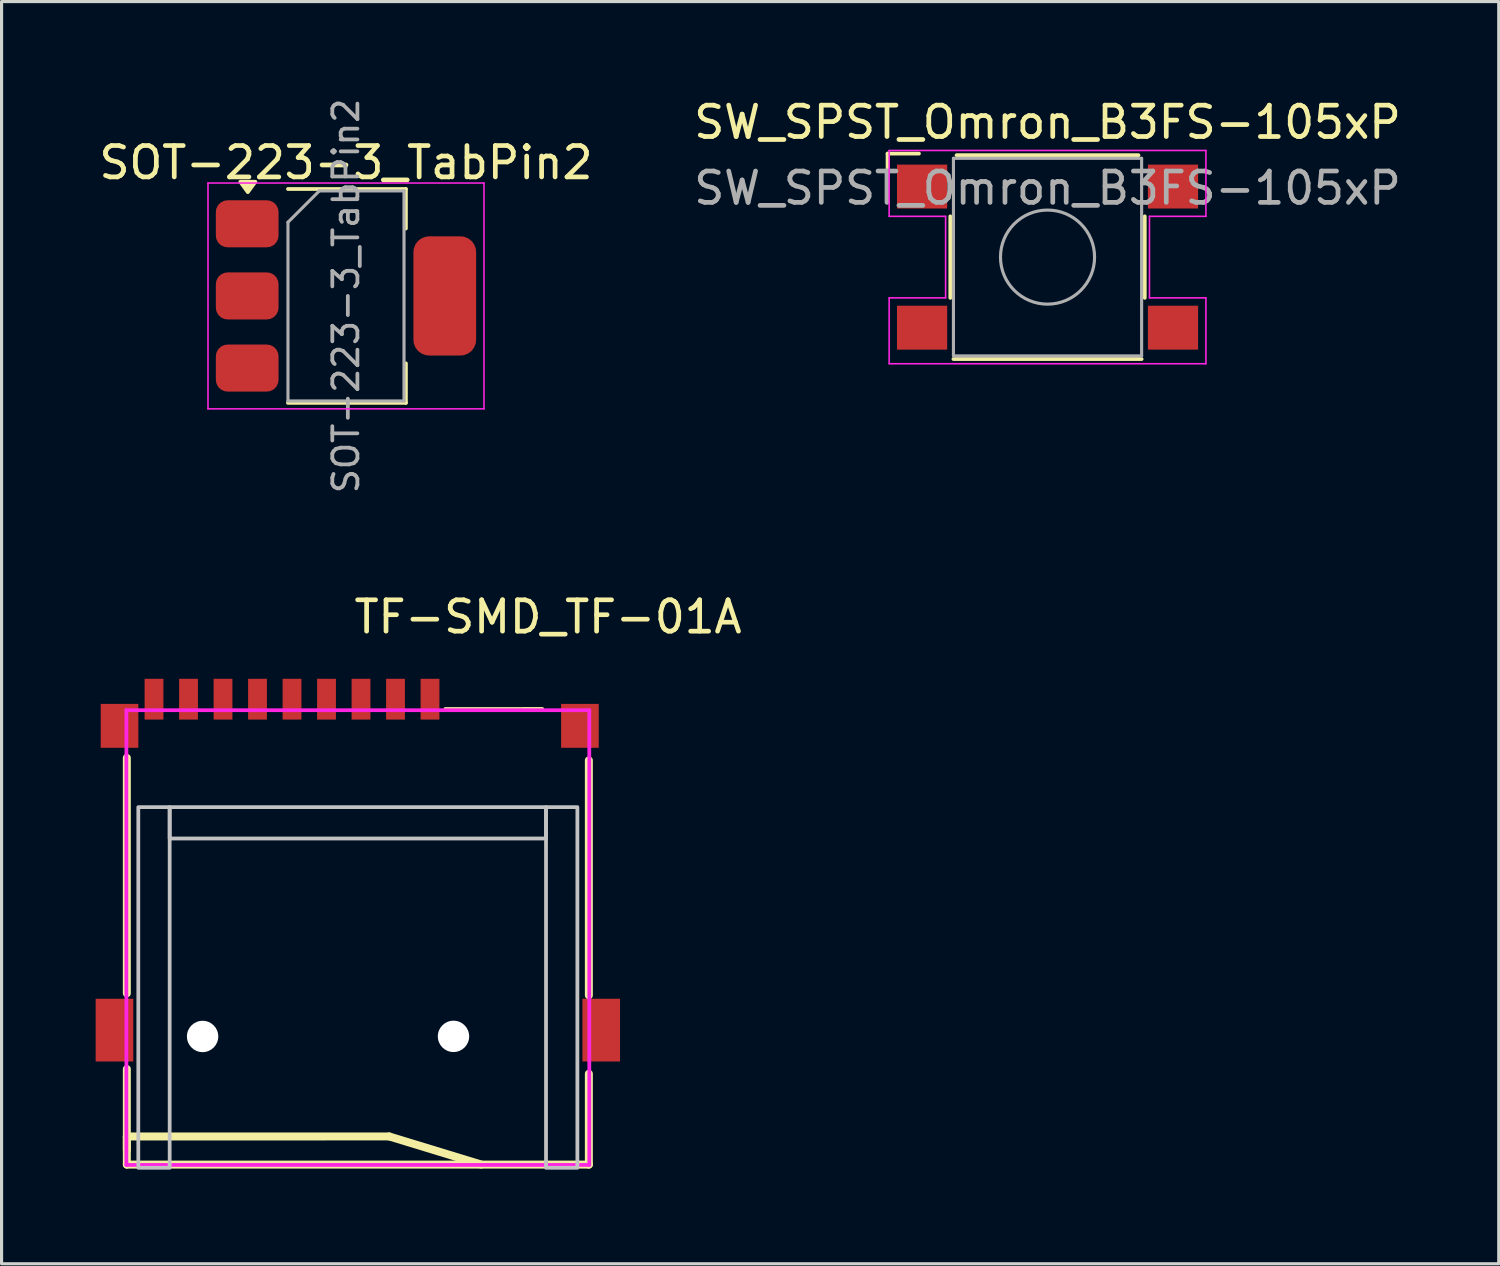
<source format=kicad_pcb>
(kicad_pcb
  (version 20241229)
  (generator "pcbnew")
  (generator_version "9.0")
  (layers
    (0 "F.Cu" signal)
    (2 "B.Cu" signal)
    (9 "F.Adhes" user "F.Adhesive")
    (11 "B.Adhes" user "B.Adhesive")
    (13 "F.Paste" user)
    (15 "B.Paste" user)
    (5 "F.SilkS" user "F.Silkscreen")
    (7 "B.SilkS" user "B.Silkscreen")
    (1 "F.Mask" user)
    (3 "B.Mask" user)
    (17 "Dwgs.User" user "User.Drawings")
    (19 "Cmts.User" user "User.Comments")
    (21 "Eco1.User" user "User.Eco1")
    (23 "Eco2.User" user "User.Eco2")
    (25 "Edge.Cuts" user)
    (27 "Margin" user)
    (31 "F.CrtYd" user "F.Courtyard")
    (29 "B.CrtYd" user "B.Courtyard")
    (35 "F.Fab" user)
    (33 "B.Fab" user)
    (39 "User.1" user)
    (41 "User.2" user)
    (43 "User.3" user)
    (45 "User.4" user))
  (footprint "SW_SPST_Omron_B3FS-105xP"
    (layer "F.Cu")
    (at 30.351 5.148)
    (property "Reference" "SW_SPST_Omron_B3FS-105xP" (at 0 -4.3 0) (layer "F.SilkS") (effects (font (size 1 1) (thickness 0.15))))
    (attr smd)
    (fp_line (start -5.1 -3.3) (end -4.1 -3.3) (stroke (width 0.12) (type solid)) (layer "F.SilkS"))
    (fp_line (start -5.1 -2.3) (end -5.1 -3.3) (stroke (width 0.12) (type solid)) (layer "F.SilkS"))
    (fp_line (start -3.1 -1.3) (end -3.1 1.3) (stroke (width 0.12) (type solid)) (layer "F.SilkS"))
    (fp_line (start 2.9 -3.25) (end -2.9 -3.25) (stroke (width 0.12) (type solid)) (layer "F.SilkS"))
    (fp_line (start 3 3.25) (end -3 3.25) (stroke (width 0.12) (type solid)) (layer "F.SilkS"))
    (fp_line (start 3.1 -1.3) (end 3.1 1.3) (stroke (width 0.12) (type solid)) (layer "F.SilkS"))
    (fp_line (start -5.05 -3.4) (end 5.05 -3.4) (stroke (width 0.05) (type solid)) (layer "F.CrtYd"))
    (fp_line (start -5.05 -1.3) (end -5.05 -3.4) (stroke (width 0.05) (type solid)) (layer "F.CrtYd"))
    (fp_line (start -5.05 1.3) (end -3.25 1.3) (stroke (width 0.05) (type solid)) (layer "F.CrtYd"))
    (fp_line (start -5.05 3.4) (end -5.05 1.3) (stroke (width 0.05) (type solid)) (layer "F.CrtYd"))
    (fp_line (start -3.25 -1.3) (end -5.05 -1.3) (stroke (width 0.05) (type solid)) (layer "F.CrtYd"))
    (fp_line (start -3.25 1.3) (end -3.25 -1.3) (stroke (width 0.05) (type solid)) (layer "F.CrtYd"))
    (fp_line (start 3.25 -1.3) (end 3.25 1.3) (stroke (width 0.05) (type solid)) (layer "F.CrtYd"))
    (fp_line (start 3.25 1.3) (end 5.05 1.3) (stroke (width 0.05) (type solid)) (layer "F.CrtYd"))
    (fp_line (start 5.05 -3.4) (end 5.05 -1.3) (stroke (width 0.05) (type solid)) (layer "F.CrtYd"))
    (fp_line (start 5.05 -1.3) (end 3.25 -1.3) (stroke (width 0.05) (type solid)) (layer "F.CrtYd"))
    (fp_line (start 5.05 1.3) (end 5.05 3.4) (stroke (width 0.05) (type solid)) (layer "F.CrtYd"))
    (fp_line (start 5.05 3.4) (end -5.05 3.4) (stroke (width 0.05) (type solid)) (layer "F.CrtYd"))
    (fp_line (start -3 -3.15) (end 3 -3.15) (stroke (width 0.1) (type solid)) (layer "F.Fab"))
    (fp_line (start -3 3.15) (end -3 -3.15) (stroke (width 0.1) (type solid)) (layer "F.Fab"))
    (fp_line (start 3 -3.15) (end 3 3.15) (stroke (width 0.1) (type solid)) (layer "F.Fab"))
    (fp_line (start 3 3.15) (end -3 3.15) (stroke (width 0.1) (type solid)) (layer "F.Fab"))
    (fp_circle (center 0 0) (end 1.5 0) (stroke (width 0.1) (type solid)) (fill no) (layer "F.Fab"))
    (fp_text user "${REFERENCE}" (at 0 -2.2 0) (layer "F.Fab") (effects (font (size 1 1) (thickness 0.15))))
    (pad "1" smd rect (at -4 -2.25 180) (size 1.6 1.4) (layers "F.Cu" "F.Mask" "F.Paste"))
    (pad "1" smd rect (at 4 -2.25 180) (size 1.6 1.4) (layers "F.Cu" "F.Mask" "F.Paste"))
    (pad "2" smd rect (at -4 2.25 180) (size 1.6 1.4) (layers "F.Cu" "F.Mask" "F.Paste"))
    (pad "2" smd rect (at 4 2.25 180) (size 1.6 1.4) (layers "F.Cu" "F.Mask" "F.Paste")))
  (footprint "SOT-223-3_TabPin2"
    (layer "F.Cu")
    (at 7.982 6.386)
    (property "Reference" "SOT-223-3_TabPin2" (at 0 -4.25 0) (layer "F.SilkS") (effects (font (size 1 1) (thickness 0.15))))
    (attr smd)
    (fp_line (start -1.85 -3.41) (end 1.91 -3.41) (stroke (width 0.12) (type solid)) (layer "F.SilkS"))
    (fp_line (start -1.85 3.41) (end 1.91 3.41) (stroke (width 0.12) (type solid)) (layer "F.SilkS"))
    (fp_line (start 1.91 -3.41) (end 1.91 -2.15) (stroke (width 0.12) (type solid)) (layer "F.SilkS"))
    (fp_line (start 1.91 3.41) (end 1.91 2.15) (stroke (width 0.12) (type solid)) (layer "F.SilkS"))
    (fp_poly (pts (xy -3.13 -3.31) (xy -3.37 -3.64) (xy -2.89 -3.64) (xy -3.13 -3.31)) (stroke (width 0.12) (type solid)) (fill yes) (layer "F.SilkS"))
    (fp_line (start -4.4 -3.6) (end -4.4 3.6) (stroke (width 0.05) (type solid)) (layer "F.CrtYd"))
    (fp_line (start -4.4 3.6) (end 4.4 3.6) (stroke (width 0.05) (type solid)) (layer "F.CrtYd"))
    (fp_line (start 4.4 -3.6) (end -4.4 -3.6) (stroke (width 0.05) (type solid)) (layer "F.CrtYd"))
    (fp_line (start 4.4 3.6) (end 4.4 -3.6) (stroke (width 0.05) (type solid)) (layer "F.CrtYd"))
    (fp_line (start -1.85 -2.35) (end -1.85 3.35) (stroke (width 0.1) (type solid)) (layer "F.Fab"))
    (fp_line (start -1.85 -2.35) (end -0.85 -3.35) (stroke (width 0.1) (type solid)) (layer "F.Fab"))
    (fp_line (start -1.85 3.35) (end 1.85 3.35) (stroke (width 0.1) (type solid)) (layer "F.Fab"))
    (fp_line (start -0.85 -3.35) (end 1.85 -3.35) (stroke (width 0.1) (type solid)) (layer "F.Fab"))
    (fp_line (start 1.85 -3.35) (end 1.85 3.35) (stroke (width 0.1) (type solid)) (layer "F.Fab"))
    (fp_text user "${REFERENCE}" (at 0 0 90) (layer "F.Fab") (effects (font (size 0.8 0.8) (thickness 0.12))))
    (pad "1" smd roundrect (at -3.15 -2.3) (size 2 1.5) (layers "F.Cu" "F.Mask" "F.Paste") (roundrect_rratio 0.25))
    (pad "2" smd roundrect (at -3.15 0) (size 2 1.5) (layers "F.Cu" "F.Mask" "F.Paste") (roundrect_rratio 0.25))
    (pad "2" smd roundrect (at 3.15 0) (size 2 3.8) (layers "F.Cu" "F.Mask" "F.Paste") (roundrect_rratio 0.25))
    (pad "3" smd roundrect (at -3.15 2.3) (size 2 1.5) (layers "F.Cu" "F.Mask" "F.Paste") (roundrect_rratio 0.25)))
  (footprint "TF-SMD_TF-01A"
    (layer "F.Cu")
    (at 8.36 24.52)
    (property "Reference" "TF-SMD_TF-01A" (at -0.2 -7.9 180) (layer "F.SilkS") (effects (font (size 1 1) (thickness 0.15)) (justify left)))
    (attr through_hole)
    (fp_line (start -7.366 -3.406) (end -7.366 4.103) (stroke (width 0.254) (type solid)) (layer "F.SilkS"))
    (fp_line (start -7.366 6.516) (end -7.366 9.564) (stroke (width 0.254) (type solid)) (layer "F.SilkS"))
    (fp_line (start -7.366 8.667) (end 1 8.666) (stroke (width 0.254) (type solid)) (layer "F.SilkS"))
    (fp_line (start -7.366 9.091) (end -7.366 8.667) (stroke (width 0.254) (type solid)) (layer "F.SilkS"))
    (fp_line (start -7.366 9.564) (end 7.366 9.564) (stroke (width 0.254) (type solid)) (layer "F.SilkS"))
    (fp_line (start 1 8.666) (end 3.937 9.563) (stroke (width 0.254) (type solid)) (layer "F.SilkS"))
    (fp_line (start 2.786 -4.972) (end 5.885 -4.973) (stroke (width 0.102) (type solid)) (layer "F.SilkS"))
    (fp_line (start 7.366 4.167) (end 7.366 -3.326) (stroke (width 0.254) (type solid)) (layer "F.SilkS"))
    (fp_line (start 7.366 9.564) (end 7.366 6.666) (stroke (width 0.254) (type solid)) (layer "F.SilkS"))
    (fp_circle (center -4.95 5.478) (end -4.75 5.478) (stroke (width 0.4) (type solid)) (fill no) (layer "Dwgs.User"))
    (fp_circle (center 3.05 5.475) (end 3.25 5.475) (stroke (width 0.4) (type solid)) (fill no) (layer "Dwgs.User"))
    (fp_poly (pts (xy -6 -1.834) (xy 6 -1.834) (xy 6 -0.834) (xy -6 -0.834)) (stroke (width 0.12) (type solid)) (fill no) (layer "Dwgs.User"))
    (fp_poly (pts (xy 7 9.666) (xy 7 -1.834) (xy 6 -1.834) (xy 6 9.666)) (stroke (width 0.12) (type solid)) (fill no) (layer "Dwgs.User"))
    (fp_poly (pts (xy -7 9.666) (xy -7 -1.834) (xy -6 -1.834) (xy -6 9.666) (xy -7 9.666)) (stroke (width 0.12) (type solid)) (fill no) (layer "Dwgs.User"))
    (fp_line (start -3.386 -4.984) (end -3.016 -4.984) (stroke (width 0.12) (type solid)) (layer "Eco2.User"))
    (fp_line (start -3.386 -4.914) (end -3.386 -4.984) (stroke (width 0.12) (type solid)) (layer "Eco2.User"))
    (fp_line (start -3.016 -4.984) (end -3.016 -4.914) (stroke (width 0.12) (type solid)) (layer "Eco2.User"))
    (fp_line (start -3.016 -4.914) (end -3.386 -4.914) (stroke (width 0.12) (type solid)) (layer "Eco2.User"))
    (fp_line (start -2.288 -4.984) (end -1.918 -4.984) (stroke (width 0.12) (type solid)) (layer "Eco2.User"))
    (fp_line (start -2.288 -4.914) (end -2.288 -4.984) (stroke (width 0.12) (type solid)) (layer "Eco2.User"))
    (fp_line (start -1.918 -4.984) (end -1.918 -4.914) (stroke (width 0.12) (type solid)) (layer "Eco2.User"))
    (fp_line (start -1.918 -4.914) (end -2.288 -4.914) (stroke (width 0.12) (type solid)) (layer "Eco2.User"))
    (fp_circle (center 8.05 -5.474) (end 8.08 -5.474) (stroke (width 0.06) (type solid)) (fill no) (layer "Eco2.User"))
    (fp_poly (pts (xy -8.05 4.476) (xy -7.35 4.476) (xy -7.35 6.076) (xy -8.05 6.076)) (stroke (width 0.12) (type solid)) (fill no) (layer "Eco2.User"))
    (fp_poly (pts (xy -7.95 -3.926) (xy -7.95 -4.926) (xy -7.25 -4.926) (xy -7.25 -3.926)) (stroke (width 0.12) (type solid)) (fill no) (layer "Eco2.User"))
    (fp_poly (pts (xy -6.684 -4.924) (xy -6.684 -5.474) (xy -6.314 -5.474) (xy -6.314 -4.924)) (stroke (width 0.12) (type solid)) (fill no) (layer "Eco2.User"))
    (fp_poly (pts (xy -5.58 -4.924) (xy -5.58 -5.474) (xy -5.21 -5.474) (xy -5.21 -4.924)) (stroke (width 0.12) (type solid)) (fill no) (layer "Eco2.User"))
    (fp_poly (pts (xy -4.482 -4.924) (xy -4.482 -5.474) (xy -4.112 -5.474) (xy -4.112 -4.924)) (stroke (width 0.12) (type solid)) (fill no) (layer "Eco2.User"))
    (fp_poly (pts (xy -3.386 -4.924) (xy -3.386 -5.474) (xy -3.016 -5.474) (xy -3.016 -4.924)) (stroke (width 0.12) (type solid)) (fill no) (layer "Eco2.User"))
    (fp_poly (pts (xy -2.288 -4.924) (xy -2.288 -5.474) (xy -1.918 -5.474) (xy -1.918 -4.924)) (stroke (width 0.12) (type solid)) (fill no) (layer "Eco2.User"))
    (fp_poly (pts (xy -1.189 -4.924) (xy -1.189 -5.474) (xy -0.819 -5.474) (xy -0.819 -4.924)) (stroke (width 0.12) (type solid)) (fill no) (layer "Eco2.User"))
    (fp_poly (pts (xy -0.089 -4.924) (xy -0.089 -5.474) (xy 0.28 -5.474) (xy 0.28 -4.924)) (stroke (width 0.12) (type solid)) (fill no) (layer "Eco2.User"))
    (fp_poly (pts (xy 1.007 -4.924) (xy 1.007 -5.474) (xy 1.377 -5.474) (xy 1.377 -4.924)) (stroke (width 0.12) (type solid)) (fill no) (layer "Eco2.User"))
    (fp_poly (pts (xy 2.107 -4.924) (xy 2.107 -5.474) (xy 2.477 -5.474) (xy 2.477 -4.924)) (stroke (width 0.12) (type solid)) (fill no) (layer "Eco2.User"))
    (fp_poly (pts (xy 6.66 -4.926) (xy 7.31 -4.926) (xy 7.31 -3.926) (xy 6.66 -3.926)) (stroke (width 0.12) (type solid)) (fill no) (layer "Eco2.User"))
    (fp_poly (pts (xy 7.35 6.076) (xy 7.35 4.476) (xy 8.05 4.476) (xy 8.05 6.076)) (stroke (width 0.12) (type solid)) (fill no) (layer "Eco2.User"))
    (fp_line (start -7.38 -4.925) (end 7.38 -4.925) (stroke (width 0.12) (type solid)) (layer "F.CrtYd"))
    (fp_line (start -7.38 9.575) (end -7.38 -4.925) (stroke (width 0.12) (type solid)) (layer "F.CrtYd"))
    (fp_line (start 7.38 -4.925) (end 7.38 9.575) (stroke (width 0.12) (type solid)) (layer "F.CrtYd"))
    (fp_line (start 7.38 9.575) (end -7.38 9.575) (stroke (width 0.12) (type solid)) (layer "F.CrtYd"))
    (pad "" np_thru_hole circle (at -4.95 5.478) (size 1 1) (drill 1) (layers "*.Cu" "*.Mask"))
    (pad "" np_thru_hole circle (at 3.05 5.475) (size 1 1) (drill 1) (layers "*.Cu" "*.Mask"))
    (pad "1" smd rect (at 2.301 -5.276) (size 0.6 1.3) (layers "F.Cu" "F.Mask" "F.Paste"))
    (pad "2" smd rect (at 1.201 -5.276) (size 0.6 1.3) (layers "F.Cu" "F.Mask" "F.Paste"))
    (pad "3" smd rect (at 0.101 -5.276) (size 0.6 1.3) (layers "F.Cu" "F.Mask" "F.Paste"))
    (pad "4" smd rect (at -0.999 -5.276) (size 0.6 1.3) (layers "F.Cu" "F.Mask" "F.Paste"))
    (pad "5" smd rect (at -2.099 -5.276) (size 0.6 1.3) (layers "F.Cu" "F.Mask" "F.Paste"))
    (pad "6" smd rect (at -3.199 -5.276) (size 0.6 1.3) (layers "F.Cu" "F.Mask" "F.Paste"))
    (pad "7" smd rect (at -4.299 -5.276) (size 0.6 1.3) (layers "F.Cu" "F.Mask" "F.Paste"))
    (pad "8" smd rect (at -5.399 -5.276) (size 0.6 1.3) (layers "F.Cu" "F.Mask" "F.Paste"))
    (pad "9" smd rect (at -6.499 -5.276) (size 0.6 1.3) (layers "F.Cu" "F.Mask" "F.Paste"))
    (pad "10" smd rect (at -7.599 -4.426) (size 1.2 1.4) (layers "F.Cu" "F.Mask" "F.Paste"))
    (pad "11" smd rect (at -7.76 5.276) (size 1.2 2) (layers "F.Cu" "F.Mask" "F.Paste"))
    (pad "12" smd rect (at 7.76 5.276) (size 1.2 2) (layers "F.Cu" "F.Mask" "F.Paste"))
    (pad "13" smd rect (at 7.081 -4.426) (size 1.2 1.4) (layers "F.Cu" "F.Mask" "F.Paste")))
  (gr_rect
    (start -3 -3)
    (end 44.738 37.246)
    (stroke (width 0.1) (type default))
    (fill no)
    (layer "Edge.Cuts")))
</source>
